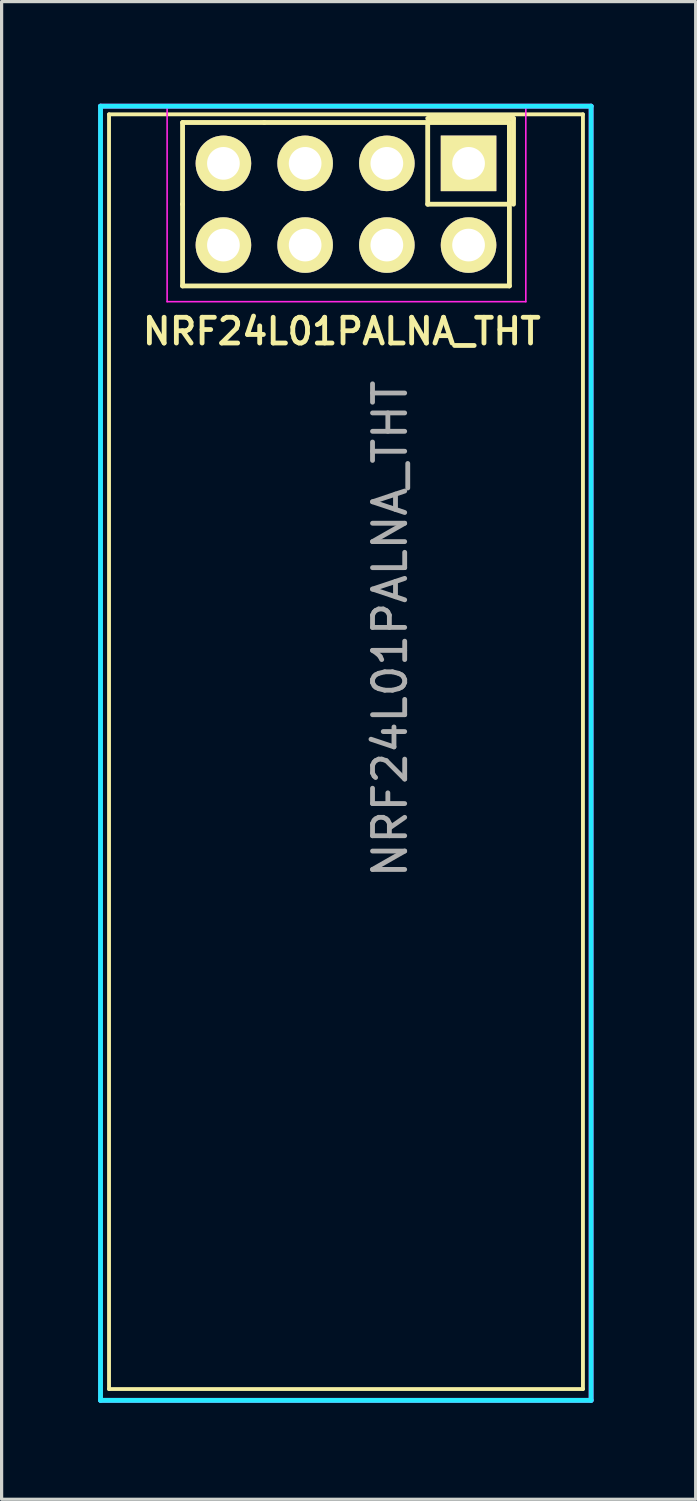
<source format=kicad_pcb>
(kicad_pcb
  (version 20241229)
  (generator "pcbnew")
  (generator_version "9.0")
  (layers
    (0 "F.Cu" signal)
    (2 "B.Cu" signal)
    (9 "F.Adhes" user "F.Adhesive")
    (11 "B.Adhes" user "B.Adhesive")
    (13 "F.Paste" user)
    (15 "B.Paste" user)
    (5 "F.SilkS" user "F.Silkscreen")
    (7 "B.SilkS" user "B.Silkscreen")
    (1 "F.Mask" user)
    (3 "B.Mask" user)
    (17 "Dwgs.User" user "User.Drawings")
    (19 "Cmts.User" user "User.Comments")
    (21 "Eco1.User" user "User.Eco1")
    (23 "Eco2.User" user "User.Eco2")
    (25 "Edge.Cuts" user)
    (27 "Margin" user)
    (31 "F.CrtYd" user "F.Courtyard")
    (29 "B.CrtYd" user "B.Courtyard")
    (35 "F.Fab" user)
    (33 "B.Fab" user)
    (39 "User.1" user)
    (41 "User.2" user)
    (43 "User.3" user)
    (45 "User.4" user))
  (footprint "NRF24L01PALNA_THT"
    (layer "F.Cu")
    (at 15.325 0.25)
    (property "Reference" "NRF24L01PALNA_THT" (at -7.75 7 180) (layer "F.SilkS") (effects (font (size 0.8 0.8) (thickness 0.15))))
    (attr through_hole)
    (fp_line (start -14.986 0.254) (end -14.986 39.878) (stroke (width 0.12) (type solid)) (layer "F.SilkS"))
    (fp_line (start -14.986 39.878) (end -0.254 39.878) (stroke (width 0.12) (type solid)) (layer "F.SilkS"))
    (fp_line (start -12.7 0.508) (end -12.7 3.048) (stroke (width 0.15) (type solid)) (layer "F.SilkS"))
    (fp_line (start -12.7 5.588) (end -12.7 3.048) (stroke (width 0.15) (type solid)) (layer "F.SilkS"))
    (fp_line (start -10.16 0.508) (end -12.7 0.508) (stroke (width 0.15) (type solid)) (layer "F.SilkS"))
    (fp_line (start -10.16 0.508) (end -2.54 0.508) (stroke (width 0.15) (type solid)) (layer "F.SilkS"))
    (fp_line (start -5.08 0.381) (end -2.413 0.381) (stroke (width 0.15) (type solid)) (layer "F.SilkS"))
    (fp_line (start -5.08 0.508) (end -5.08 3.048) (stroke (width 0.15) (type solid)) (layer "F.SilkS"))
    (fp_line (start -5.08 3.048) (end -2.54 3.048) (stroke (width 0.15) (type solid)) (layer "F.SilkS"))
    (fp_line (start -2.54 0.508) (end -2.54 5.588) (stroke (width 0.15) (type solid)) (layer "F.SilkS"))
    (fp_line (start -2.54 5.588) (end -12.7 5.588) (stroke (width 0.15) (type solid)) (layer "F.SilkS"))
    (fp_line (start -2.413 0.381) (end -2.413 3.048) (stroke (width 0.15) (type solid)) (layer "F.SilkS"))
    (fp_line (start -0.254 0.254) (end -14.986 0.254) (stroke (width 0.12) (type solid)) (layer "F.SilkS"))
    (fp_line (start -0.254 39.878) (end -0.254 0.254) (stroke (width 0.12) (type solid)) (layer "F.SilkS"))
    (fp_line (start -15.25 0) (end -15.25 40.23) (stroke (width 0.15) (type solid)) (layer "B.CrtYd"))
    (fp_line (start -15.25 40.23) (end 0 40.23) (stroke (width 0.15) (type solid)) (layer "B.CrtYd"))
    (fp_line (start 0 0) (end -15.25 0) (stroke (width 0.15) (type solid)) (layer "B.CrtYd"))
    (fp_line (start 0 40.23) (end 0 0) (stroke (width 0.15) (type solid)) (layer "B.CrtYd"))
    (fp_line (start -15.25 0) (end -15.25 40.23) (stroke (width 0.15) (type solid)) (layer "F.CrtYd"))
    (fp_line (start -15.25 40.23) (end 0 40.23) (stroke (width 0.15) (type solid)) (layer "F.CrtYd"))
    (fp_line (start -13.18 0.028) (end -13.18 6.078) (stroke (width 0.05) (type solid)) (layer "F.CrtYd"))
    (fp_line (start -13.18 0.028) (end -2.03 0.028) (stroke (width 0.05) (type solid)) (layer "F.CrtYd"))
    (fp_line (start -13.18 6.078) (end -2.03 6.078) (stroke (width 0.05) (type solid)) (layer "F.CrtYd"))
    (fp_line (start -2.03 0.028) (end -2.03 6.078) (stroke (width 0.05) (type solid)) (layer "F.CrtYd"))
    (fp_line (start 0 0) (end -15.25 0) (stroke (width 0.15) (type solid)) (layer "F.CrtYd"))
    (fp_line (start 0 40.23) (end 0 0) (stroke (width 0.15) (type solid)) (layer "F.CrtYd"))
    (fp_text user "${REFERENCE}" (at -6.25 16.25 270) (layer "F.Fab") (effects (font (size 1 1) (thickness 0.15))))
    (pad "1" thru_hole rect (at -3.81 1.778) (size 1.727 1.727) (drill 1.016) (layers "*.Cu" "*.Mask" "F.SilkS"))
    (pad "2" thru_hole oval (at -3.81 4.318) (size 1.727 1.727) (drill 1.016) (layers "*.Cu" "*.Mask" "F.SilkS"))
    (pad "3" thru_hole oval (at -6.35 1.778) (size 1.727 1.727) (drill 1.016) (layers "*.Cu" "*.Mask" "F.SilkS"))
    (pad "4" thru_hole oval (at -6.35 4.318) (size 1.727 1.727) (drill 1.016) (layers "*.Cu" "*.Mask" "F.SilkS"))
    (pad "5" thru_hole oval (at -8.89 1.778) (size 1.727 1.727) (drill 1.016) (layers "*.Cu" "*.Mask" "F.SilkS"))
    (pad "6" thru_hole oval (at -8.89 4.318) (size 1.727 1.727) (drill 1.016) (layers "*.Cu" "*.Mask" "F.SilkS"))
    (pad "7" thru_hole oval (at -11.43 1.778) (size 1.727 1.727) (drill 1.016) (layers "*.Cu" "*.Mask" "F.SilkS"))
    (pad "8" thru_hole oval (at -11.43 4.318) (size 1.727 1.727) (drill 1.016) (layers "*.Cu" "*.Mask" "F.SilkS")))
  (gr_rect
    (start -3 -3)
    (end 18.575 43.555)
    (stroke (width 0.1) (type default))
    (fill no)
    (layer "Edge.Cuts")))
</source>
